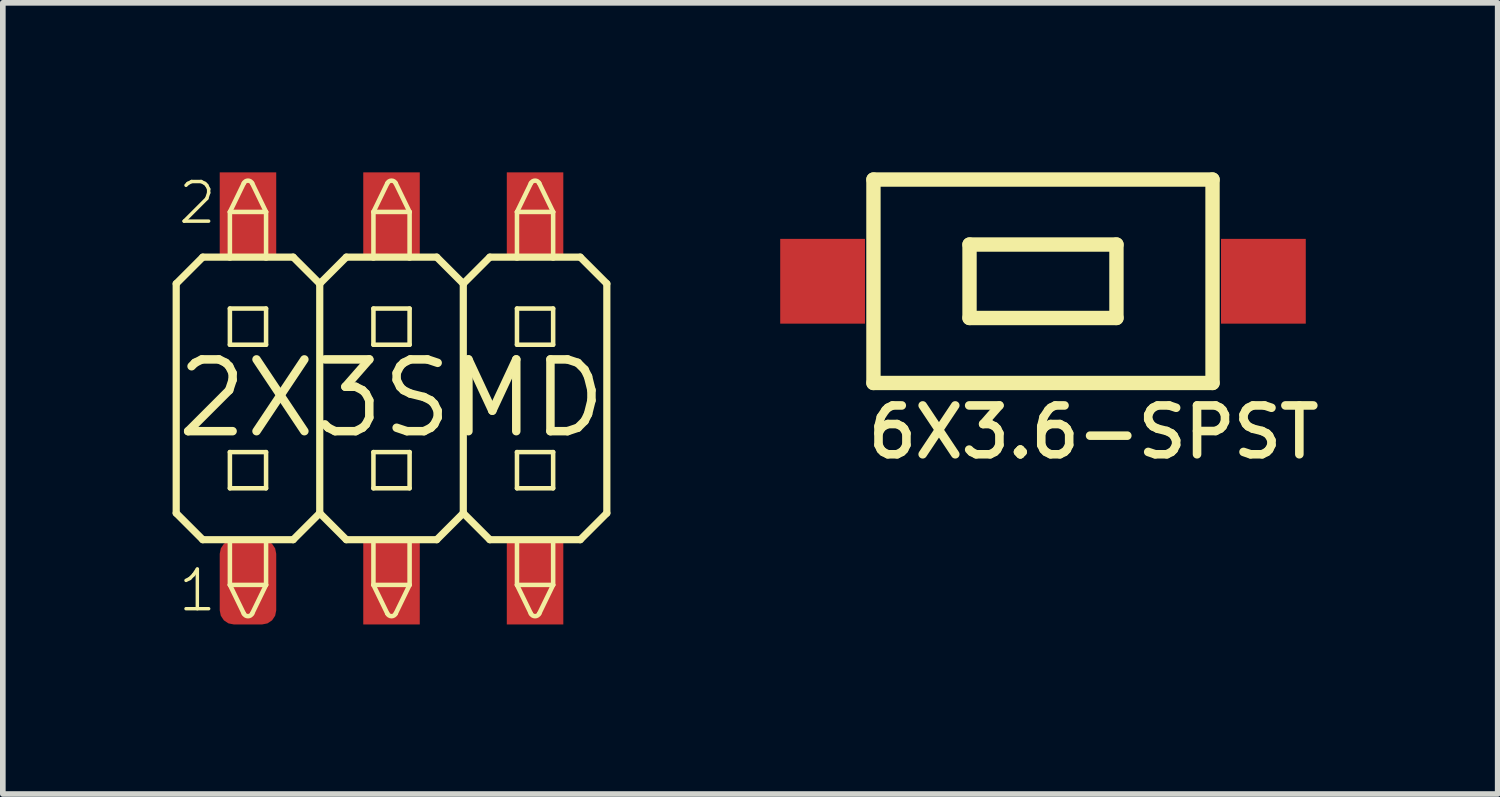
<source format=kicad_pcb>
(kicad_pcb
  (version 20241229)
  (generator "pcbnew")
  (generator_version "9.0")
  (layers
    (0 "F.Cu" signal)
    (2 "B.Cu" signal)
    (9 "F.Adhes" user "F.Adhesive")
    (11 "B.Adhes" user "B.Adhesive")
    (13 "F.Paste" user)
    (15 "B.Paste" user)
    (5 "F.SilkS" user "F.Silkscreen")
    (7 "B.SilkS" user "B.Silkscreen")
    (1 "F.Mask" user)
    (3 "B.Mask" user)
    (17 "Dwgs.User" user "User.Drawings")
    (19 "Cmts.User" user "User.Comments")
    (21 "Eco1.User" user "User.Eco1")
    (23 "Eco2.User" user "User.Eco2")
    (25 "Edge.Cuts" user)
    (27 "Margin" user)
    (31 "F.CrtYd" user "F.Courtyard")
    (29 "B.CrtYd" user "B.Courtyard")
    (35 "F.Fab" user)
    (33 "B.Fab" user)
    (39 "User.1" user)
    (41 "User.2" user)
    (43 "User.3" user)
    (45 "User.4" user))
  (footprint "6X3.6-SPST"
    (layer "F.Cu")
    (at 15.406 1.927)
    (property "Reference" "6X3.6-SPST" (at -3.175 3.175 0) (layer "F.SilkS") (effects (font (size 0.864 0.864) (thickness 0.152)) (justify left bottom)))
    (fp_line (start -3 -1.8) (end 3 -1.8) (stroke (width 0.254) (type solid)) (layer "F.SilkS"))
    (fp_line (start -3 1.8) (end -3 -1.8) (stroke (width 0.254) (type solid)) (layer "F.SilkS"))
    (fp_line (start -1.3 -0.65) (end -1.3 0.65) (stroke (width 0.254) (type solid)) (layer "F.SilkS"))
    (fp_line (start -1.3 0.65) (end 1.3 0.65) (stroke (width 0.254) (type solid)) (layer "F.SilkS"))
    (fp_line (start 1.3 -0.65) (end -1.3 -0.65) (stroke (width 0.254) (type solid)) (layer "F.SilkS"))
    (fp_line (start 1.3 0.65) (end 1.3 -0.65) (stroke (width 0.254) (type solid)) (layer "F.SilkS"))
    (fp_line (start 3 -1.8) (end 3 1.8) (stroke (width 0.254) (type solid)) (layer "F.SilkS"))
    (fp_line (start 3 1.8) (end -3 1.8) (stroke (width 0.254) (type solid)) (layer "F.SilkS"))
    (pad "1" smd rect (at -3.9 0) (size 1.5 1.5) (layers "F.Cu" "F.Mask" "F.Paste"))
    (pad "2" smd rect (at 3.9 0) (size 1.5 1.5) (layers "F.Cu" "F.Mask" "F.Paste")))
  (footprint "2X3SMD"
    (layer "F.Cu")
    (at 3.878 4)
    (property "Reference" "2X3SMD" (at 0 0 0) (layer "F.SilkS") (effects (font (size 1.27 1.27) (thickness 0.15))))
    (fp_line (start -3.81 -2.03) (end -3.34 -2.5) (stroke (width 0.127) (type solid)) (layer "F.SilkS"))
    (fp_line (start -3.81 2.03) (end -3.81 -2.03) (stroke (width 0.127) (type solid)) (layer "F.SilkS"))
    (fp_line (start -3.34 -2.5) (end -2.86 -2.5) (stroke (width 0.127) (type solid)) (layer "F.SilkS"))
    (fp_line (start -3.34 2.5) (end -3.81 2.03) (stroke (width 0.127) (type solid)) (layer "F.SilkS"))
    (fp_line (start -2.86 -3.3) (end -2.614 -3.807) (stroke (width 0.08) (type solid)) (layer "F.SilkS"))
    (fp_line (start -2.86 -3.3) (end -2.22 -3.3) (stroke (width 0.08) (type solid)) (layer "F.SilkS"))
    (fp_line (start -2.86 -2.5) (end -2.86 -3.3) (stroke (width 0.08) (type solid)) (layer "F.SilkS"))
    (fp_line (start -2.86 -2.5) (end -2.22 -2.5) (stroke (width 0.127) (type solid)) (layer "F.SilkS"))
    (fp_line (start -2.86 -1.59) (end -2.22 -1.59) (stroke (width 0.08) (type solid)) (layer "F.SilkS"))
    (fp_line (start -2.86 -0.95) (end -2.86 -1.59) (stroke (width 0.08) (type solid)) (layer "F.SilkS"))
    (fp_line (start -2.86 0.95) (end -2.22 0.95) (stroke (width 0.08) (type solid)) (layer "F.SilkS"))
    (fp_line (start -2.86 1.59) (end -2.86 0.95) (stroke (width 0.08) (type solid)) (layer "F.SilkS"))
    (fp_line (start -2.86 3.3) (end -2.86 2.5) (stroke (width 0.08) (type solid)) (layer "F.SilkS"))
    (fp_line (start -2.614 3.807) (end -2.86 3.3) (stroke (width 0.08) (type solid)) (layer "F.SilkS"))
    (fp_line (start -2.466 -3.807) (end -2.22 -3.3) (stroke (width 0.08) (type solid)) (layer "F.SilkS"))
    (fp_line (start -2.22 -3.3) (end -2.22 -2.5) (stroke (width 0.08) (type solid)) (layer "F.SilkS"))
    (fp_line (start -2.22 -2.5) (end -1.74 -2.5) (stroke (width 0.127) (type solid)) (layer "F.SilkS"))
    (fp_line (start -2.22 -1.59) (end -2.22 -0.95) (stroke (width 0.08) (type solid)) (layer "F.SilkS"))
    (fp_line (start -2.22 -0.95) (end -2.86 -0.95) (stroke (width 0.08) (type solid)) (layer "F.SilkS"))
    (fp_line (start -2.22 0.95) (end -2.22 1.59) (stroke (width 0.08) (type solid)) (layer "F.SilkS"))
    (fp_line (start -2.22 1.59) (end -2.86 1.59) (stroke (width 0.08) (type solid)) (layer "F.SilkS"))
    (fp_line (start -2.22 2.5) (end -2.22 3.3) (stroke (width 0.08) (type solid)) (layer "F.SilkS"))
    (fp_line (start -2.22 3.3) (end -2.86 3.3) (stroke (width 0.08) (type solid)) (layer "F.SilkS"))
    (fp_line (start -2.22 3.3) (end -2.466 3.807) (stroke (width 0.08) (type solid)) (layer "F.SilkS"))
    (fp_line (start -1.74 -2.5) (end -1.27 -2.03) (stroke (width 0.127) (type solid)) (layer "F.SilkS"))
    (fp_line (start -1.74 2.5) (end -3.34 2.5) (stroke (width 0.127) (type solid)) (layer "F.SilkS"))
    (fp_line (start -1.27 -2.03) (end -1.27 2.03) (stroke (width 0.127) (type solid)) (layer "F.SilkS"))
    (fp_line (start -1.27 -2.03) (end -0.8 -2.5) (stroke (width 0.127) (type solid)) (layer "F.SilkS"))
    (fp_line (start -1.27 2.03) (end -1.74 2.5) (stroke (width 0.127) (type solid)) (layer "F.SilkS"))
    (fp_line (start -0.8 -2.5) (end -0.32 -2.5) (stroke (width 0.127) (type solid)) (layer "F.SilkS"))
    (fp_line (start -0.8 2.5) (end -1.27 2.03) (stroke (width 0.127) (type solid)) (layer "F.SilkS"))
    (fp_line (start -0.32 -3.3) (end -0.074 -3.807) (stroke (width 0.08) (type solid)) (layer "F.SilkS"))
    (fp_line (start -0.32 -3.3) (end 0.32 -3.3) (stroke (width 0.08) (type solid)) (layer "F.SilkS"))
    (fp_line (start -0.32 -2.5) (end -0.32 -3.3) (stroke (width 0.08) (type solid)) (layer "F.SilkS"))
    (fp_line (start -0.32 -2.5) (end 0.32 -2.5) (stroke (width 0.127) (type solid)) (layer "F.SilkS"))
    (fp_line (start -0.32 -1.59) (end 0.32 -1.59) (stroke (width 0.08) (type solid)) (layer "F.SilkS"))
    (fp_line (start -0.32 -0.95) (end -0.32 -1.59) (stroke (width 0.08) (type solid)) (layer "F.SilkS"))
    (fp_line (start -0.32 0.95) (end 0.32 0.95) (stroke (width 0.08) (type solid)) (layer "F.SilkS"))
    (fp_line (start -0.32 1.59) (end -0.32 0.95) (stroke (width 0.08) (type solid)) (layer "F.SilkS"))
    (fp_line (start -0.32 3.3) (end -0.32 2.5) (stroke (width 0.08) (type solid)) (layer "F.SilkS"))
    (fp_line (start -0.074 3.807) (end -0.32 3.3) (stroke (width 0.08) (type solid)) (layer "F.SilkS"))
    (fp_line (start 0.074 -3.807) (end 0.32 -3.3) (stroke (width 0.08) (type solid)) (layer "F.SilkS"))
    (fp_line (start 0.32 -3.3) (end 0.32 -2.5) (stroke (width 0.08) (type solid)) (layer "F.SilkS"))
    (fp_line (start 0.32 -2.5) (end 0.8 -2.5) (stroke (width 0.127) (type solid)) (layer "F.SilkS"))
    (fp_line (start 0.32 -1.59) (end 0.32 -0.95) (stroke (width 0.08) (type solid)) (layer "F.SilkS"))
    (fp_line (start 0.32 -0.95) (end -0.32 -0.95) (stroke (width 0.08) (type solid)) (layer "F.SilkS"))
    (fp_line (start 0.32 0.95) (end 0.32 1.59) (stroke (width 0.08) (type solid)) (layer "F.SilkS"))
    (fp_line (start 0.32 1.59) (end -0.32 1.59) (stroke (width 0.08) (type solid)) (layer "F.SilkS"))
    (fp_line (start 0.32 2.5) (end 0.32 3.3) (stroke (width 0.08) (type solid)) (layer "F.SilkS"))
    (fp_line (start 0.32 3.3) (end -0.32 3.3) (stroke (width 0.08) (type solid)) (layer "F.SilkS"))
    (fp_line (start 0.32 3.3) (end 0.074 3.807) (stroke (width 0.08) (type solid)) (layer "F.SilkS"))
    (fp_line (start 0.8 -2.5) (end 1.27 -2.03) (stroke (width 0.127) (type solid)) (layer "F.SilkS"))
    (fp_line (start 0.8 2.5) (end -0.8 2.5) (stroke (width 0.127) (type solid)) (layer "F.SilkS"))
    (fp_line (start 1.27 -2.03) (end 1.27 2.03) (stroke (width 0.127) (type solid)) (layer "F.SilkS"))
    (fp_line (start 1.27 -2.03) (end 1.74 -2.5) (stroke (width 0.127) (type solid)) (layer "F.SilkS"))
    (fp_line (start 1.27 2.03) (end 0.8 2.5) (stroke (width 0.127) (type solid)) (layer "F.SilkS"))
    (fp_line (start 1.74 -2.5) (end 2.22 -2.5) (stroke (width 0.127) (type solid)) (layer "F.SilkS"))
    (fp_line (start 1.74 2.5) (end 1.27 2.03) (stroke (width 0.127) (type solid)) (layer "F.SilkS"))
    (fp_line (start 2.22 -3.3) (end 2.466 -3.807) (stroke (width 0.08) (type solid)) (layer "F.SilkS"))
    (fp_line (start 2.22 -3.3) (end 2.86 -3.3) (stroke (width 0.08) (type solid)) (layer "F.SilkS"))
    (fp_line (start 2.22 -2.5) (end 2.22 -3.3) (stroke (width 0.08) (type solid)) (layer "F.SilkS"))
    (fp_line (start 2.22 -2.5) (end 2.86 -2.5) (stroke (width 0.127) (type solid)) (layer "F.SilkS"))
    (fp_line (start 2.22 -1.59) (end 2.86 -1.59) (stroke (width 0.08) (type solid)) (layer "F.SilkS"))
    (fp_line (start 2.22 -0.95) (end 2.22 -1.59) (stroke (width 0.08) (type solid)) (layer "F.SilkS"))
    (fp_line (start 2.22 0.95) (end 2.86 0.95) (stroke (width 0.08) (type solid)) (layer "F.SilkS"))
    (fp_line (start 2.22 1.59) (end 2.22 0.95) (stroke (width 0.08) (type solid)) (layer "F.SilkS"))
    (fp_line (start 2.22 3.3) (end 2.22 2.5) (stroke (width 0.08) (type solid)) (layer "F.SilkS"))
    (fp_line (start 2.466 3.807) (end 2.22 3.3) (stroke (width 0.08) (type solid)) (layer "F.SilkS"))
    (fp_line (start 2.614 -3.807) (end 2.86 -3.3) (stroke (width 0.08) (type solid)) (layer "F.SilkS"))
    (fp_line (start 2.86 -3.3) (end 2.86 -2.5) (stroke (width 0.08) (type solid)) (layer "F.SilkS"))
    (fp_line (start 2.86 -2.5) (end 3.34 -2.5) (stroke (width 0.127) (type solid)) (layer "F.SilkS"))
    (fp_line (start 2.86 -1.59) (end 2.86 -0.95) (stroke (width 0.08) (type solid)) (layer "F.SilkS"))
    (fp_line (start 2.86 -0.95) (end 2.22 -0.95) (stroke (width 0.08) (type solid)) (layer "F.SilkS"))
    (fp_line (start 2.86 0.95) (end 2.86 1.59) (stroke (width 0.08) (type solid)) (layer "F.SilkS"))
    (fp_line (start 2.86 1.59) (end 2.22 1.59) (stroke (width 0.08) (type solid)) (layer "F.SilkS"))
    (fp_line (start 2.86 2.5) (end 2.86 3.3) (stroke (width 0.08) (type solid)) (layer "F.SilkS"))
    (fp_line (start 2.86 3.3) (end 2.22 3.3) (stroke (width 0.08) (type solid)) (layer "F.SilkS"))
    (fp_line (start 2.86 3.3) (end 2.614 3.807) (stroke (width 0.08) (type solid)) (layer "F.SilkS"))
    (fp_line (start 3.34 -2.5) (end 3.81 -2.03) (stroke (width 0.127) (type solid)) (layer "F.SilkS"))
    (fp_line (start 3.34 2.5) (end 1.74 2.5) (stroke (width 0.127) (type solid)) (layer "F.SilkS"))
    (fp_line (start 3.81 2.03) (end 3.34 2.5) (stroke (width 0.127) (type solid)) (layer "F.SilkS"))
    (fp_line (start 3.81 2.03) (end 3.81 -2.03) (stroke (width 0.127) (type solid)) (layer "F.SilkS"))
    (fp_arc (start -2.6141 -3.8072) (mid -2.54 -3.853638) (end -2.4659 -3.8072) (stroke (width 0.08) (type solid)) (layer "F.SilkS"))
    (fp_arc (start -2.4659 3.8072) (mid -2.54 3.853638) (end -2.6141 3.8072) (stroke (width 0.08) (type solid)) (layer "F.SilkS"))
    (fp_arc (start -0.0741 -3.8072) (mid 0 -3.853638) (end 0.0741 -3.8072) (stroke (width 0.08) (type solid)) (layer "F.SilkS"))
    (fp_arc (start 0.0741 3.8072) (mid 0 3.853638) (end -0.0741 3.8072) (stroke (width 0.08) (type solid)) (layer "F.SilkS"))
    (fp_arc (start 2.4659 -3.8072) (mid 2.54 -3.853638) (end 2.6141 -3.8072) (stroke (width 0.08) (type solid)) (layer "F.SilkS"))
    (fp_arc (start 2.6141 3.8072) (mid 2.54 3.853638) (end 2.4659 3.8072) (stroke (width 0.08) (type solid)) (layer "F.SilkS"))
    (fp_text user "1" (at -3.81 3.81 0) (layer "F.SilkS") (effects (font (size 0.701 0.701) (thickness 0.061)) (justify left bottom)))
    (fp_text user "2" (at -3.81 -3.048 0) (layer "F.SilkS") (effects (font (size 0.701 0.701) (thickness 0.061)) (justify left bottom)))
    (pad "1" smd roundrect (at -2.54 3.25 270) (size 1.5 1) (layers "F.Cu" "F.Mask" "F.Paste") (roundrect_rratio 0.25))
    (pad "2" smd rect (at -2.54 -3.25 90) (size 1.5 1) (layers "F.Cu" "F.Mask" "F.Paste"))
    (pad "3" smd rect (at 0 3.25 270) (size 1.5 1) (layers "F.Cu" "F.Mask" "F.Paste"))
    (pad "4" smd rect (at 0 -3.25 90) (size 1.5 1) (layers "F.Cu" "F.Mask" "F.Paste"))
    (pad "5" smd rect (at 2.54 3.25 270) (size 1.5 1) (layers "F.Cu" "F.Mask" "F.Paste"))
    (pad "6" smd rect (at 2.54 -3.25 90) (size 1.5 1) (layers "F.Cu" "F.Mask" "F.Paste")))
  (gr_rect
    (start -3 -3)
    (end 23.452 11)
    (stroke (width 0.1) (type default))
    (fill no)
    (layer "Edge.Cuts")))
</source>
